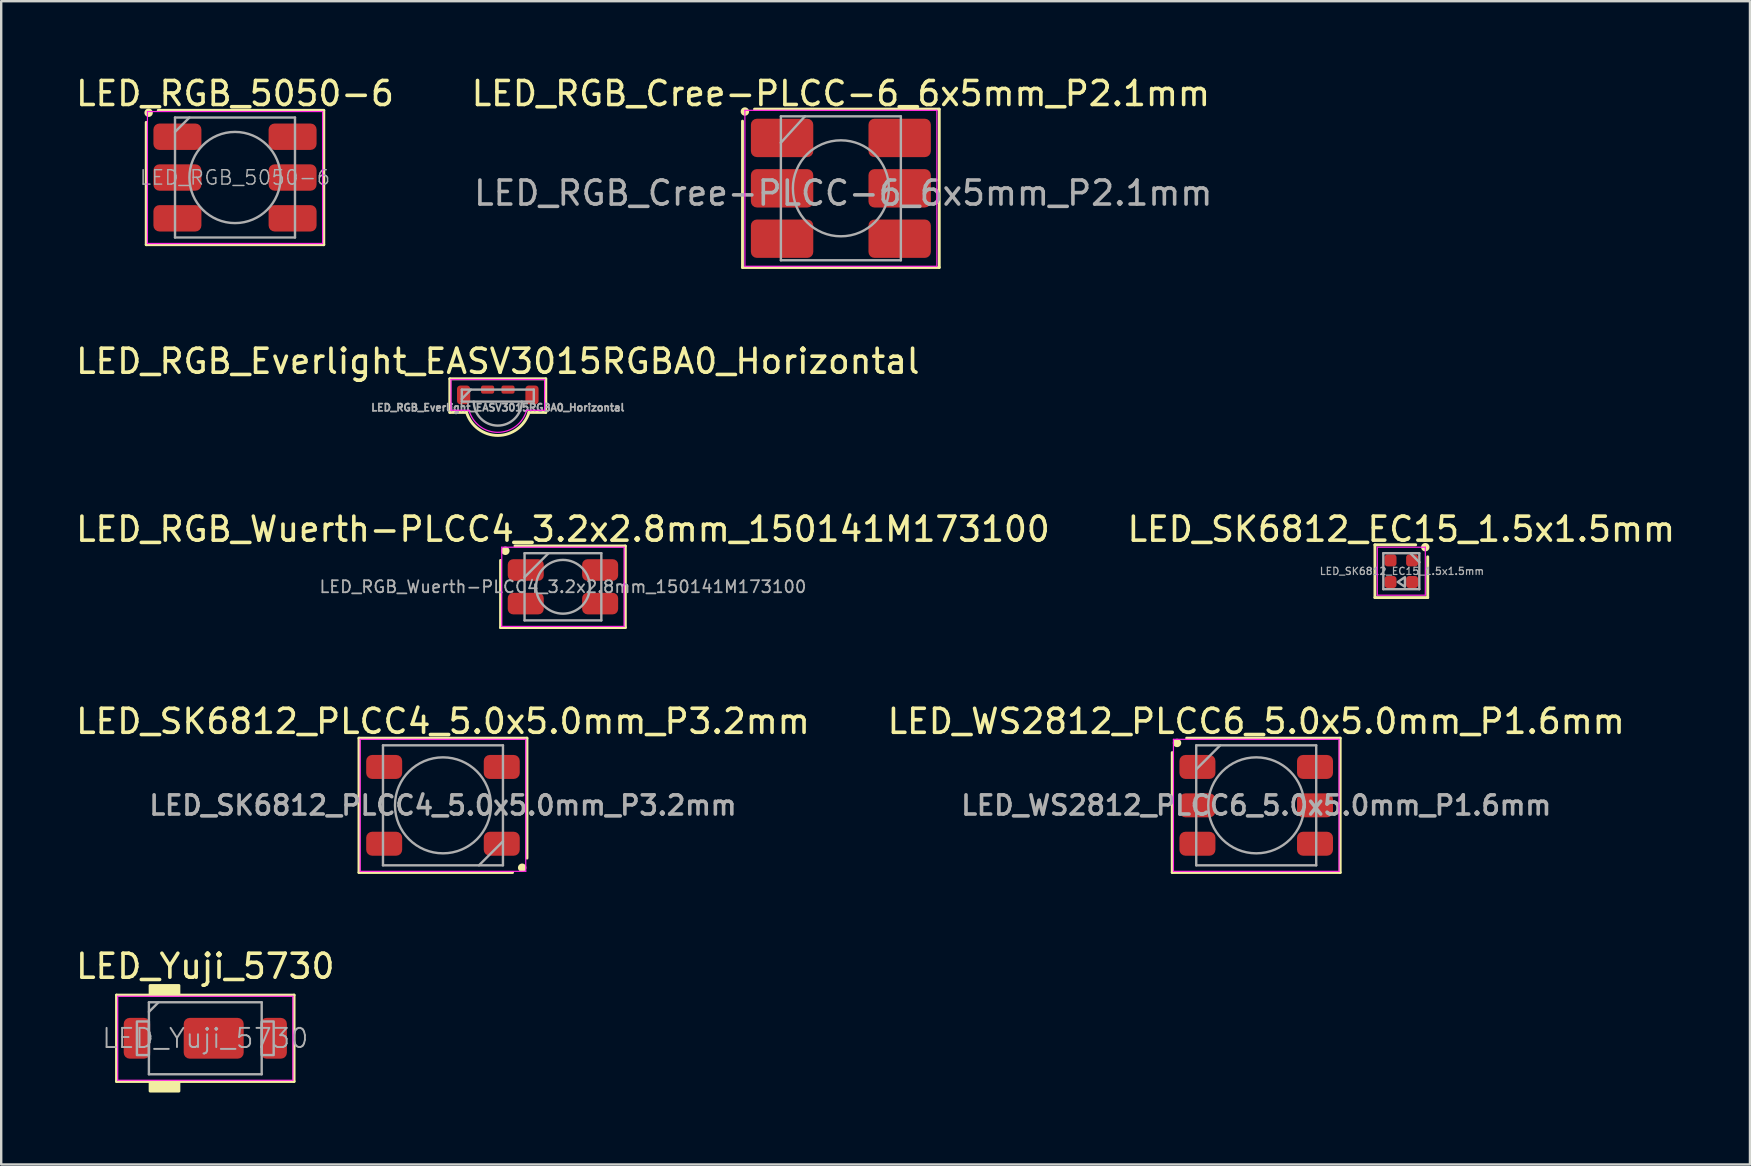
<source format=kicad_pcb>
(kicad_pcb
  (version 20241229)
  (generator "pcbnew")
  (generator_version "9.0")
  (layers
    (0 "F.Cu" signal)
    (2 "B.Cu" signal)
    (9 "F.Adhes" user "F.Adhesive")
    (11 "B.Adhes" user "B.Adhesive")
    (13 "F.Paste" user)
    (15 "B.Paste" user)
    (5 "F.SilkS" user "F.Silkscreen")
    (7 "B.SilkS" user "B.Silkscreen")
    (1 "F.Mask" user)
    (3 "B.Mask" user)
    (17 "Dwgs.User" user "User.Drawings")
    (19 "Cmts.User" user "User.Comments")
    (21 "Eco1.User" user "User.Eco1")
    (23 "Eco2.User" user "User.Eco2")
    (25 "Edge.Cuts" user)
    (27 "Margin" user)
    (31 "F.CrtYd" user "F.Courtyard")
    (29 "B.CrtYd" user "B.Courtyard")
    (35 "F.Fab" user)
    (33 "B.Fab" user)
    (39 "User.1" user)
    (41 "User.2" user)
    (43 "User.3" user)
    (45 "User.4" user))
  (footprint "LED_Yuji_5730"
    (layer "F.Cu")
    (at 5.506 40.221)
    (property "Reference" "LED_Yuji_5730" (at 0 -3 0) (layer "F.SilkS") (effects (font (size 1 1) (thickness 0.15))))
    (attr smd)
    (fp_line (start -3.7 -1.8) (end -3.7 1.8) (stroke (width 0.12) (type default)) (layer "F.SilkS"))
    (fp_line (start -3.7 1.8) (end 3.7 1.8) (stroke (width 0.12) (type default)) (layer "F.SilkS"))
    (fp_line (start 3.7 -1.8) (end -3.7 -1.8) (stroke (width 0.12) (type default)) (layer "F.SilkS"))
    (fp_line (start 3.7 1.8) (end 3.7 -1.8) (stroke (width 0.12) (type default)) (layer "F.SilkS"))
    (fp_rect (start -2.3 -2.2) (end -1.1 -1.8) (stroke (width 0.12) (type solid)) (fill yes) (layer "F.SilkS"))
    (fp_rect (start -2.3 1.8) (end -1.1 2.2) (stroke (width 0.12) (type solid)) (fill yes) (layer "F.SilkS"))
    (fp_line (start -3.65 -1.75) (end 3.65 -1.75) (stroke (width 0.05) (type solid)) (layer "F.CrtYd"))
    (fp_line (start -3.65 1.75) (end -3.65 -1.75) (stroke (width 0.05) (type solid)) (layer "F.CrtYd"))
    (fp_line (start 3.65 -1.75) (end 3.65 1.75) (stroke (width 0.05) (type solid)) (layer "F.CrtYd"))
    (fp_line (start 3.65 1.75) (end -3.65 1.75) (stroke (width 0.05) (type solid)) (layer "F.CrtYd"))
    (fp_line (start -2.35 -1.5) (end 2.35 -1.5) (stroke (width 0.1) (type solid)) (layer "F.Fab"))
    (fp_line (start -2.35 -1.1) (end -1.95 -1.5) (stroke (width 0.1) (type solid)) (layer "F.Fab"))
    (fp_line (start -2.35 1.5) (end -2.35 -1.5) (stroke (width 0.1) (type solid)) (layer "F.Fab"))
    (fp_line (start 2.35 -1.5) (end 2.35 1.5) (stroke (width 0.1) (type solid)) (layer "F.Fab"))
    (fp_line (start 2.35 1.5) (end -2.35 1.5) (stroke (width 0.1) (type solid)) (layer "F.Fab"))
    (fp_rect (start -2.85 -0.7) (end -2.35 0.7) (stroke (width 0.1) (type default)) (fill no) (layer "F.Fab"))
    (fp_rect (start 2.35 -0.7) (end 2.85 0.7) (stroke (width 0.1) (type default)) (fill no) (layer "F.Fab"))
    (fp_text user "${REFERENCE}" (at 0 0 0) (layer "F.Fab") (effects (font (size 0.8 0.8) (thickness 0.08))))
    (pad "" smd roundrect (at -0.25 0) (size 0.9 1.2) (layers "F.Paste") (roundrect_rratio 0.25))
    (pad "" smd roundrect (at 0.95 0) (size 0.9 1.2) (layers "F.Paste") (roundrect_rratio 0.25))
    (pad "1" smd roundrect (at -2.85 0) (size 1.1 1.7) (layers "F.Cu" "F.Mask" "F.Paste") (roundrect_rratio 0.227))
    (pad "2" smd roundrect (at 2.85 0) (size 1.1 1.7) (layers "F.Cu" "F.Mask" "F.Paste") (roundrect_rratio 0.227))
    (pad "3" smd roundrect (at 0.35 0) (size 2.5 1.7) (layers "F.Cu" "F.Mask") (roundrect_rratio 0.147)))
  (footprint "LED_RGB_Cree-PLCC-6_6x5mm_P2.1mm"
    (layer "F.Cu")
    (at 31.994 4.798)
    (property "Reference" "LED_RGB_Cree-PLCC-6_6x5mm_P2.1mm" (at 0 -3.95 0) (layer "F.SilkS") (effects (font (size 1 1) (thickness 0.15))))
    (attr smd)
    (fp_line (start -4.1 -2.8) (end -4.1 3.3) (stroke (width 0.12) (type solid)) (layer "F.SilkS"))
    (fp_line (start -4.1 3.3) (end 4.1 3.3) (stroke (width 0.12) (type solid)) (layer "F.SilkS"))
    (fp_line (start 4.1 -3.3) (end -3.6 -3.3) (stroke (width 0.12) (type solid)) (layer "F.SilkS"))
    (fp_line (start 4.1 3.3) (end 4.1 -3.3) (stroke (width 0.12) (type solid)) (layer "F.SilkS"))
    (fp_circle (center -4 -3.2) (end -3.9 -3.2) (stroke (width 0.15) (type solid)) (fill yes) (layer "F.SilkS"))
    (fp_line (start -4 -3.25) (end -4 3.25) (stroke (width 0.05) (type solid)) (layer "F.CrtYd"))
    (fp_line (start -4 3.25) (end 4 3.25) (stroke (width 0.05) (type solid)) (layer "F.CrtYd"))
    (fp_line (start 4 -3.25) (end -4 -3.25) (stroke (width 0.05) (type solid)) (layer "F.CrtYd"))
    (fp_line (start 4 3.25) (end 4 -3.25) (stroke (width 0.05) (type solid)) (layer "F.CrtYd"))
    (fp_line (start -2.5 -3) (end -1.5 -3) (stroke (width 0.1) (type default)) (layer "F.Fab"))
    (fp_line (start -2.5 -1.9) (end -2.5 -3) (stroke (width 0.1) (type default)) (layer "F.Fab"))
    (fp_line (start -2.5 -1.9) (end -1.5 -3) (stroke (width 0.1) (type solid)) (layer "F.Fab"))
    (fp_line (start -2.5 3) (end -2.5 -1.9) (stroke (width 0.1) (type solid)) (layer "F.Fab"))
    (fp_line (start -1.5 -3) (end 2.5 -3) (stroke (width 0.1) (type solid)) (layer "F.Fab"))
    (fp_line (start 2.5 -3) (end 2.5 3) (stroke (width 0.1) (type solid)) (layer "F.Fab"))
    (fp_line (start 2.5 3) (end -2.5 3) (stroke (width 0.1) (type solid)) (layer "F.Fab"))
    (fp_circle (center 0 0) (end 0 -2) (stroke (width 0.1) (type solid)) (fill no) (layer "F.Fab"))
    (fp_text user "${REFERENCE}" (at 0.1 0.2 0) (layer "F.Fab") (effects (font (size 1 1) (thickness 0.15))))
    (pad "1" smd roundrect (at -2.45 -2.1) (size 2.6 1.6) (layers "F.Cu" "F.Mask" "F.Paste") (roundrect_rratio 0.156))
    (pad "2" smd roundrect (at -2.45 0) (size 2.6 1.6) (layers "F.Cu" "F.Mask" "F.Paste") (roundrect_rratio 0.156))
    (pad "3" smd roundrect (at -2.45 2.1) (size 2.6 1.6) (layers "F.Cu" "F.Mask" "F.Paste") (roundrect_rratio 0.156))
    (pad "4" smd roundrect (at 2.45 2.1) (size 2.6 1.6) (layers "F.Cu" "F.Mask" "F.Paste") (roundrect_rratio 0.156))
    (pad "5" smd roundrect (at 2.45 0) (size 2.6 1.6) (layers "F.Cu" "F.Mask" "F.Paste") (roundrect_rratio 0.156))
    (pad "6" smd roundrect (at 2.45 -2.1) (size 2.6 1.6) (layers "F.Cu" "F.Mask" "F.Paste") (roundrect_rratio 0.156)))
  (footprint "LED_SK6812_PLCC4_5.0x5.0mm_P3.2mm"
    (layer "F.Cu")
    (at 15.411 30.513)
    (property "Reference" "LED_SK6812_PLCC4_5.0x5.0mm_P3.2mm" (at 0 -3.5 0) (layer "F.SilkS") (effects (font (size 1 1) (thickness 0.15))))
    (attr smd)
    (fp_line (start -3.5 -2.8) (end -3.5 2.8) (stroke (width 0.12) (type default)) (layer "F.SilkS"))
    (fp_line (start -3.5 2.8) (end 2.9 2.8) (stroke (width 0.12) (type default)) (layer "F.SilkS"))
    (fp_line (start 3.5 -2.8) (end -3.5 -2.8) (stroke (width 0.12) (type default)) (layer "F.SilkS"))
    (fp_line (start 3.5 2.2) (end 3.5 -2.8) (stroke (width 0.12) (type default)) (layer "F.SilkS"))
    (fp_circle (center 3.3 2.6) (end 3.4 2.6) (stroke (width 0.15) (type solid)) (fill yes) (layer "F.SilkS"))
    (fp_line (start -3.45 -2.75) (end -3.45 2.75) (stroke (width 0.05) (type solid)) (layer "F.CrtYd"))
    (fp_line (start -3.45 2.75) (end 3.45 2.75) (stroke (width 0.05) (type solid)) (layer "F.CrtYd"))
    (fp_line (start 3.45 -2.75) (end -3.45 -2.75) (stroke (width 0.05) (type solid)) (layer "F.CrtYd"))
    (fp_line (start 3.45 2.75) (end 3.45 -2.75) (stroke (width 0.05) (type solid)) (layer "F.CrtYd"))
    (fp_line (start -2.5 -2.5) (end -2.5 2.5) (stroke (width 0.1) (type solid)) (layer "F.Fab"))
    (fp_line (start -2.5 2.5) (end 2.5 2.5) (stroke (width 0.1) (type solid)) (layer "F.Fab"))
    (fp_line (start 2.5 -2.5) (end -2.5 -2.5) (stroke (width 0.1) (type solid)) (layer "F.Fab"))
    (fp_line (start 2.5 1.5) (end 1.5 2.5) (stroke (width 0.1) (type solid)) (layer "F.Fab"))
    (fp_line (start 2.5 2.5) (end 2.5 -2.5) (stroke (width 0.1) (type solid)) (layer "F.Fab"))
    (fp_circle (center 0 0) (end 0 -2) (stroke (width 0.1) (type solid)) (fill no) (layer "F.Fab"))
    (fp_text user "${REFERENCE}" (at 0 0 0) (layer "F.Fab") (effects (font (size 0.8 0.8) (thickness 0.15))))
    (pad "1" smd roundrect (at 2.45 1.6) (size 1.5 1) (layers "F.Cu" "F.Mask" "F.Paste") (roundrect_rratio 0.25))
    (pad "2" smd roundrect (at 2.45 -1.6) (size 1.5 1) (layers "F.Cu" "F.Mask" "F.Paste") (roundrect_rratio 0.25))
    (pad "3" smd roundrect (at -2.45 -1.6) (size 1.5 1) (layers "F.Cu" "F.Mask" "F.Paste") (roundrect_rratio 0.25))
    (pad "4" smd roundrect (at -2.45 1.6) (size 1.5 1) (layers "F.Cu" "F.Mask" "F.Paste") (roundrect_rratio 0.25)))
  (footprint "LED_SK6812_EC15_1.5x1.5mm"
    (layer "F.Cu")
    (at 55.351 20.755)
    (property "Reference" "LED_SK6812_EC15_1.5x1.5mm" (at 0 -1.75 0) (layer "F.SilkS") (effects (font (size 1 1) (thickness 0.15))))
    (attr smd)
    (fp_line (start -1.1 -1.1) (end -1.1 1.1) (stroke (width 0.12) (type default)) (layer "F.SilkS"))
    (fp_line (start -1.1 1.1) (end 1.1 1.1) (stroke (width 0.12) (type default)) (layer "F.SilkS"))
    (fp_line (start 0.6 -1.1) (end -1.1 -1.1) (stroke (width 0.12) (type default)) (layer "F.SilkS"))
    (fp_line (start 1.1 1.1) (end 1.1 -0.6) (stroke (width 0.12) (type default)) (layer "F.SilkS"))
    (fp_circle (center 1 -1) (end 1.1 -1) (stroke (width 0.15) (type solid)) (fill yes) (layer "F.SilkS"))
    (fp_line (start -1 -1) (end 1 -1) (stroke (width 0.05) (type solid)) (layer "F.CrtYd"))
    (fp_line (start -1 1) (end -1 -1) (stroke (width 0.05) (type solid)) (layer "F.CrtYd"))
    (fp_line (start 1 -1) (end 1 1) (stroke (width 0.05) (type solid)) (layer "F.CrtYd"))
    (fp_line (start 1 1) (end -1 1) (stroke (width 0.05) (type solid)) (layer "F.CrtYd"))
    (fp_line (start -0.75 -0.75) (end 0.375 -0.75) (stroke (width 0.1) (type solid)) (layer "F.Fab"))
    (fp_line (start -0.75 0.75) (end -0.75 -0.75) (stroke (width 0.1) (type solid)) (layer "F.Fab"))
    (fp_line (start 0.375 -0.75) (end 0.75 -0.375) (stroke (width 0.1) (type solid)) (layer "F.Fab"))
    (fp_line (start 0.75 -0.75) (end 0.375 -0.75) (stroke (width 0.1) (type default)) (layer "F.Fab"))
    (fp_line (start 0.75 -0.375) (end 0.75 -0.75) (stroke (width 0.1) (type default)) (layer "F.Fab"))
    (fp_line (start 0.75 -0.375) (end 0.75 0.75) (stroke (width 0.1) (type solid)) (layer "F.Fab"))
    (fp_line (start 0.75 0.75) (end -0.75 0.75) (stroke (width 0.1) (type solid)) (layer "F.Fab"))
    (fp_poly (pts (xy 0.15 0.25) (xy -0.15 0.45) (xy 0.15 0.65)) (stroke (width 0.1) (type solid)) (fill no) (layer "F.Fab"))
    (fp_text user "${REFERENCE}" (at 0.025 0 0) (layer "F.Fab") (effects (font (size 0.3 0.3) (thickness 0.05))))
    (pad "1" smd roundrect (at -0.45 -0.45) (size 0.5 0.5) (layers "F.Cu" "F.Mask" "F.Paste") (roundrect_rratio 0.25))
    (pad "2" smd roundrect (at -0.45 0.45) (size 0.5 0.5) (layers "F.Cu" "F.Mask" "F.Paste") (roundrect_rratio 0.25))
    (pad "3" smd roundrect (at 0.45 0.45) (size 0.5 0.5) (layers "F.Cu" "F.Mask" "F.Paste") (roundrect_rratio 0.25))
    (pad "4" smd roundrect (at 0.45 -0.45) (size 0.5 0.5) (layers "F.Cu" "F.Mask" "F.Paste") (roundrect_rratio 0.25)))
  (footprint "LED_WS2812_PLCC6_5.0x5.0mm_P1.6mm"
    (layer "F.Cu")
    (at 49.304 30.513)
    (property "Reference" "LED_WS2812_PLCC6_5.0x5.0mm_P1.6mm" (at 0 -3.5 0) (layer "F.SilkS") (effects (font (size 1 1) (thickness 0.15))))
    (attr smd)
    (fp_line (start -3.5 -2.2) (end -3.5 2.8) (stroke (width 0.12) (type default)) (layer "F.SilkS"))
    (fp_line (start -3.5 2.8) (end 3.5 2.8) (stroke (width 0.12) (type default)) (layer "F.SilkS"))
    (fp_line (start 3.5 -2.8) (end -2.9 -2.8) (stroke (width 0.12) (type default)) (layer "F.SilkS"))
    (fp_line (start 3.5 2.8) (end 3.5 -2.8) (stroke (width 0.12) (type default)) (layer "F.SilkS"))
    (fp_circle (center -3.3 -2.6) (end -3.2 -2.6) (stroke (width 0.15) (type solid)) (fill yes) (layer "F.SilkS"))
    (fp_line (start -3.45 -2.75) (end -3.45 2.75) (stroke (width 0.05) (type solid)) (layer "F.CrtYd"))
    (fp_line (start -3.45 2.75) (end 3.45 2.75) (stroke (width 0.05) (type solid)) (layer "F.CrtYd"))
    (fp_line (start 3.45 -2.75) (end -3.45 -2.75) (stroke (width 0.05) (type solid)) (layer "F.CrtYd"))
    (fp_line (start 3.45 2.75) (end 3.45 -2.75) (stroke (width 0.05) (type solid)) (layer "F.CrtYd"))
    (fp_line (start -2.5 -2.5) (end 2.5 -2.5) (stroke (width 0.1) (type solid)) (layer "F.Fab"))
    (fp_line (start -2.5 -1.5) (end -1.5 -2.5) (stroke (width 0.1) (type solid)) (layer "F.Fab"))
    (fp_line (start -2.5 2.5) (end -2.5 -2.5) (stroke (width 0.1) (type solid)) (layer "F.Fab"))
    (fp_line (start 2.5 -2.5) (end 2.5 2.5) (stroke (width 0.1) (type solid)) (layer "F.Fab"))
    (fp_line (start 2.5 2.5) (end -2.5 2.5) (stroke (width 0.1) (type solid)) (layer "F.Fab"))
    (fp_circle (center 0 0) (end 0 -2) (stroke (width 0.1) (type solid)) (fill no) (layer "F.Fab"))
    (fp_text user "${REFERENCE}" (at 0 0 0) (layer "F.Fab") (effects (font (size 0.8 0.8) (thickness 0.15))))
    (pad "1" smd roundrect (at -2.45 -1.6) (size 1.5 1) (layers "F.Cu" "F.Mask" "F.Paste") (roundrect_rratio 0.25))
    (pad "2" smd roundrect (at -2.45 0) (size 1.5 1) (layers "F.Cu" "F.Mask" "F.Paste") (roundrect_rratio 0.25))
    (pad "3" smd roundrect (at -2.45 1.6) (size 1.5 1) (layers "F.Cu" "F.Mask" "F.Paste") (roundrect_rratio 0.25))
    (pad "4" smd roundrect (at 2.45 1.6) (size 1.5 1) (layers "F.Cu" "F.Mask" "F.Paste") (roundrect_rratio 0.25))
    (pad "5" smd roundrect (at 2.45 0) (size 1.5 1) (layers "F.Cu" "F.Mask" "F.Paste") (roundrect_rratio 0.25))
    (pad "6" smd roundrect (at 2.45 -1.6) (size 1.5 1) (layers "F.Cu" "F.Mask" "F.Paste") (roundrect_rratio 0.25)))
  (footprint "LED_RGB_5050-6"
    (layer "F.Cu")
    (at 6.744 4.348)
    (property "Reference" "LED_RGB_5050-6" (at 0 -3.5 180) (layer "F.SilkS") (effects (font (size 1 1) (thickness 0.15))))
    (attr smd)
    (fp_line (start -3.7 -2.3) (end -3.7 2.8) (stroke (width 0.12) (type solid)) (layer "F.SilkS"))
    (fp_line (start -3.7 2.8) (end 3.7 2.8) (stroke (width 0.12) (type solid)) (layer "F.SilkS"))
    (fp_line (start 3.7 -2.8) (end -3.2 -2.8) (stroke (width 0.12) (type solid)) (layer "F.SilkS"))
    (fp_line (start 3.7 2.8) (end 3.7 -2.8) (stroke (width 0.12) (type solid)) (layer "F.SilkS"))
    (fp_circle (center -3.6 -2.7) (end -3.5 -2.7) (stroke (width 0.15) (type solid)) (fill yes) (layer "F.SilkS"))
    (fp_line (start -3.65 -2.75) (end -3.65 2.75) (stroke (width 0.05) (type solid)) (layer "F.CrtYd"))
    (fp_line (start -3.65 2.75) (end 3.65 2.75) (stroke (width 0.05) (type solid)) (layer "F.CrtYd"))
    (fp_line (start 3.65 -2.75) (end -3.65 -2.75) (stroke (width 0.05) (type solid)) (layer "F.CrtYd"))
    (fp_line (start 3.65 2.75) (end 3.65 -2.75) (stroke (width 0.05) (type solid)) (layer "F.CrtYd"))
    (fp_line (start -2.5 -2.5) (end -2.5 2.5) (stroke (width 0.1) (type solid)) (layer "F.Fab"))
    (fp_line (start -2.5 -1.9) (end -1.9 -2.5) (stroke (width 0.1) (type solid)) (layer "F.Fab"))
    (fp_line (start -2.5 2.5) (end 2.5 2.5) (stroke (width 0.1) (type solid)) (layer "F.Fab"))
    (fp_line (start 2.5 -2.5) (end -2.5 -2.5) (stroke (width 0.1) (type solid)) (layer "F.Fab"))
    (fp_line (start 2.5 2.5) (end 2.5 -2.5) (stroke (width 0.1) (type solid)) (layer "F.Fab"))
    (fp_circle (center 0 0) (end 0 -1.9) (stroke (width 0.1) (type solid)) (fill no) (layer "F.Fab"))
    (fp_text user "${REFERENCE}" (at 0 0 0) (layer "F.Fab") (effects (font (size 0.6 0.6) (thickness 0.06))))
    (pad "1" smd roundrect (at -2.4 -1.7 90) (size 1.1 2) (layers "F.Cu" "F.Mask" "F.Paste") (roundrect_rratio 0.227))
    (pad "2" smd roundrect (at -2.4 0 90) (size 1.1 2) (layers "F.Cu" "F.Mask" "F.Paste") (roundrect_rratio 0.227))
    (pad "3" smd roundrect (at -2.4 1.7 90) (size 1.1 2) (layers "F.Cu" "F.Mask" "F.Paste") (roundrect_rratio 0.227))
    (pad "4" smd roundrect (at 2.4 1.7 90) (size 1.1 2) (layers "F.Cu" "F.Mask" "F.Paste") (roundrect_rratio 0.227))
    (pad "5" smd roundrect (at 2.4 0 90) (size 1.1 2) (layers "F.Cu" "F.Mask" "F.Paste") (roundrect_rratio 0.227))
    (pad "6" smd roundrect (at 2.4 -1.7 90) (size 1.1 2) (layers "F.Cu" "F.Mask" "F.Paste") (roundrect_rratio 0.227)))
  (footprint "LED_RGB_Everlight_EASV3015RGBA0_Horizontal"
    (layer "F.Cu")
    (at 17.696 13.937)
    (property "Reference" "LED_RGB_Everlight_EASV3015RGBA0_Horizontal" (at 0 -1.93 180) (layer "F.SilkS") (effects (font (size 1 1) (thickness 0.15))))
    (attr smd)
    (fp_line (start -2 -1.2) (end -2 0.2) (stroke (width 0.12) (type solid)) (layer "F.SilkS"))
    (fp_line (start -2 -1.2) (end 2 -1.2) (stroke (width 0.12) (type solid)) (layer "F.SilkS"))
    (fp_line (start -2 0.2) (end -1.3 0.2) (stroke (width 0.12) (type solid)) (layer "F.SilkS"))
    (fp_line (start 2 -1.2) (end 2 0.2) (stroke (width 0.12) (type solid)) (layer "F.SilkS"))
    (fp_line (start 2 0.2) (end 1.3 0.2) (stroke (width 0.12) (type solid)) (layer "F.SilkS"))
    (fp_arc (start 1.3 0.2) (mid 0 1.160147) (end -1.3 0.2) (stroke (width 0.12) (type solid)) (layer "F.SilkS"))
    (fp_line (start -1.95 -1.17) (end -1.95 0.11) (stroke (width 0.05) (type solid)) (layer "F.CrtYd"))
    (fp_line (start -1.2 0.11) (end -1.95 0.11) (stroke (width 0.05) (type solid)) (layer "F.CrtYd"))
    (fp_line (start 1.95 -1.17) (end -1.95 -1.17) (stroke (width 0.05) (type solid)) (layer "F.CrtYd"))
    (fp_line (start 1.95 -1.17) (end 1.95 0.11) (stroke (width 0.05) (type solid)) (layer "F.CrtYd"))
    (fp_line (start 1.95 0.11) (end 1.2 0.11) (stroke (width 0.05) (type solid)) (layer "F.CrtYd"))
    (fp_arc (start 1.2 0.11) (mid 0 1.03) (end -1.2 0.11) (stroke (width 0.05) (type solid)) (layer "F.CrtYd"))
    (fp_line (start -1.5 -0.75) (end -1.5 -0.25) (stroke (width 0.1) (type solid)) (layer "F.Fab"))
    (fp_line (start -1.5 -0.36) (end -1.12 -0.75) (stroke (width 0.1) (type solid)) (layer "F.Fab"))
    (fp_line (start -1.5 -0.25) (end 1.5 -0.25) (stroke (width 0.1) (type solid)) (layer "F.Fab"))
    (fp_line (start 1.5 -0.75) (end -1.5 -0.75) (stroke (width 0.1) (type solid)) (layer "F.Fab"))
    (fp_line (start 1.5 -0.25) (end 1.5 -0.75) (stroke (width 0.1) (type solid)) (layer "F.Fab"))
    (fp_arc (start 1 -0.25) (mid 0 0.75) (end -1 -0.25) (stroke (width 0.1) (type solid)) (layer "F.Fab"))
    (fp_text user "${REFERENCE}" (at 0 0 180) (layer "F.Fab") (effects (font (size 0.3 0.3) (thickness 0.075))))
    (pad "1" smd roundrect (at -1.425 -0.53) (size 0.55 0.78) (layers "F.Cu" "F.Mask" "F.Paste") (roundrect_rratio 0.25))
    (pad "2" smd roundrect (at -0.425 -0.75) (size 0.55 0.34) (layers "F.Cu" "F.Mask" "F.Paste") (roundrect_rratio 0.25))
    (pad "3" smd roundrect (at 0.425 -0.75) (size 0.55 0.34) (layers "F.Cu" "F.Mask" "F.Paste") (roundrect_rratio 0.25))
    (pad "4" smd roundrect (at 1.425 -0.53) (size 0.55 0.78) (layers "F.Cu" "F.Mask" "F.Paste") (roundrect_rratio 0.25)))
  (footprint "LED_RGB_Wuerth-PLCC4_3.2x2.8mm_150141M173100"
    (layer "F.Cu")
    (at 20.411 21.405)
    (property "Reference" "LED_RGB_Wuerth-PLCC4_3.2x2.8mm_150141M173100" (at 0 -2.4 0) (layer "F.SilkS") (effects (font (size 1 1) (thickness 0.15))))
    (attr smd)
    (fp_line (start -2.6 -1.1) (end -2.6 1.7) (stroke (width 0.12) (type default)) (layer "F.SilkS"))
    (fp_line (start -2.6 1.7) (end 2.6 1.7) (stroke (width 0.12) (type default)) (layer "F.SilkS"))
    (fp_line (start 2.6 -1.7) (end -2 -1.7) (stroke (width 0.12) (type default)) (layer "F.SilkS"))
    (fp_line (start 2.6 1.7) (end 2.6 -1.7) (stroke (width 0.12) (type default)) (layer "F.SilkS"))
    (fp_circle (center -2.4 -1.5) (end -2.3 -1.5) (stroke (width 0.15) (type solid)) (fill yes) (layer "F.SilkS"))
    (fp_line (start -2.55 -1.65) (end -2.55 1.65) (stroke (width 0.05) (type solid)) (layer "F.CrtYd"))
    (fp_line (start -2.55 1.65) (end 2.55 1.65) (stroke (width 0.05) (type solid)) (layer "F.CrtYd"))
    (fp_line (start 2.55 -1.65) (end -2.55 -1.65) (stroke (width 0.05) (type solid)) (layer "F.CrtYd"))
    (fp_line (start 2.55 1.65) (end 2.55 -1.65) (stroke (width 0.05) (type solid)) (layer "F.CrtYd"))
    (fp_line (start -1.6 -1.4) (end -1.6 1.4) (stroke (width 0.1) (type solid)) (layer "F.Fab"))
    (fp_line (start -1.6 1.4) (end 1.6 1.4) (stroke (width 0.1) (type solid)) (layer "F.Fab"))
    (fp_line (start -0.6 -1.4) (end -1.6 -0.4) (stroke (width 0.1) (type solid)) (layer "F.Fab"))
    (fp_line (start 1.6 -1.4) (end -1.6 -1.4) (stroke (width 0.1) (type solid)) (layer "F.Fab"))
    (fp_line (start 1.6 1.4) (end 1.6 -1.4) (stroke (width 0.1) (type solid)) (layer "F.Fab"))
    (fp_circle (center 0 0) (end 1.12 0) (stroke (width 0.1) (type solid)) (fill no) (layer "F.Fab"))
    (fp_text user "${REFERENCE}" (at 0 0 0) (layer "F.Fab") (effects (font (size 0.5 0.5) (thickness 0.075))))
    (pad "1" smd roundrect (at 1.55 -0.7) (size 1.5 0.9) (layers "F.Cu" "F.Mask" "F.Paste") (roundrect_rratio 0.25))
    (pad "2" smd roundrect (at 1.55 0.7) (size 1.5 0.9) (layers "F.Cu" "F.Mask" "F.Paste") (roundrect_rratio 0.25))
    (pad "3" smd roundrect (at -1.55 -0.7) (size 1.5 0.9) (layers "F.Cu" "F.Mask" "F.Paste") (roundrect_rratio 0.25))
    (pad "4" smd roundrect (at -1.55 0.7) (size 1.5 0.9) (layers "F.Cu" "F.Mask" "F.Paste") (roundrect_rratio 0.25)))
  (gr_rect
    (start -3 -3)
    (end 69.881 45.481)
    (stroke (width 0.1) (type default))
    (fill no)
    (layer "Edge.Cuts")))
</source>
